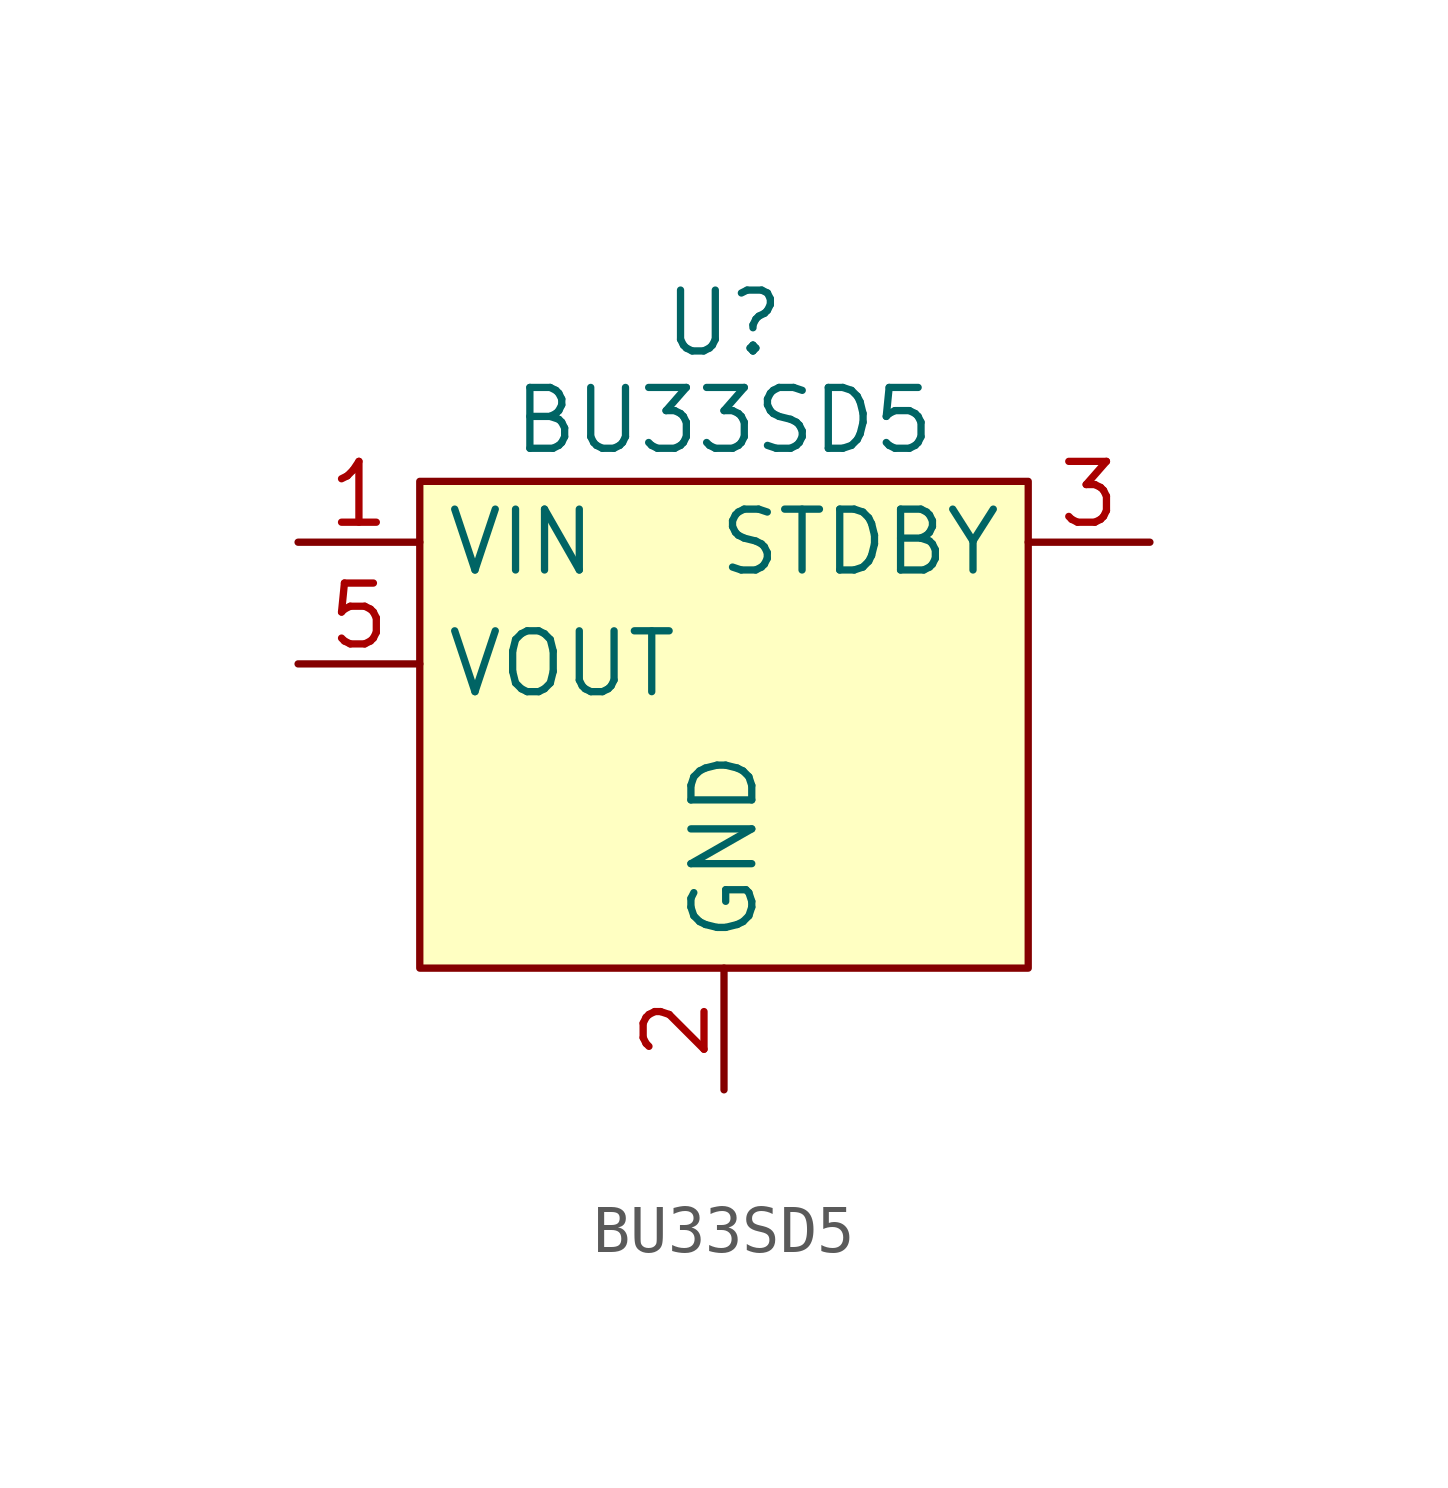
<source format=kicad_sym>
(kicad_symbol_lib
  (version 20241209)
  (generator "kicad_symbol_editor")
  (generator_version "9.0")
  (symbol "BU33SD5"
    (property "Reference" "U"
      (at 0 3.302 0)
      (effects (font (size 1.27 1.27))))
    (property "Value" "BU33SD5"
      (at 0 1.27 0)
      (effects (font (size 1.27 1.27))))
    (symbol "BU33SD5_0_0"
      (pin power_in line (at -8.89 -1.27 0) (length 2.54) (name "VIN" (effects (font (size 1.27 1.27)))) (number "1" (effects (font (size 1.27 1.27)))))
      (pin power_out line (at -8.89 -3.81 0) (length 2.54) (name "VOUT" (effects (font (size 1.27 1.27)))) (number "5" (effects (font (size 1.27 1.27)))))
      (pin power_in line (at 0 -12.7 90) (length 2.54) (name "GND" (effects (font (size 1.27 1.27)))) (number "2" (effects (font (size 1.27 1.27)))))
      (pin input line (at 8.89 -1.27 180) (length 2.54) (name "STDBY" (effects (font (size 1.27 1.27)))) (number "3" (effects (font (size 1.27 1.27))))))
    (symbol "BU33SD5_1_0"
      (pin no_connect line (at 5.08 -12.7 90) (length 2.54) (hide yes) (name "NC" (effects (font (size 1.27 1.27)))) (number "4" (effects (font (size 1.27 1.27))))))
    (symbol "BU33SD5_1_1"
      (rectangle (start -6.35 0) (end 6.35 -10.16) (stroke (width 0) (type solid)) (fill (type background))))))
</source>
